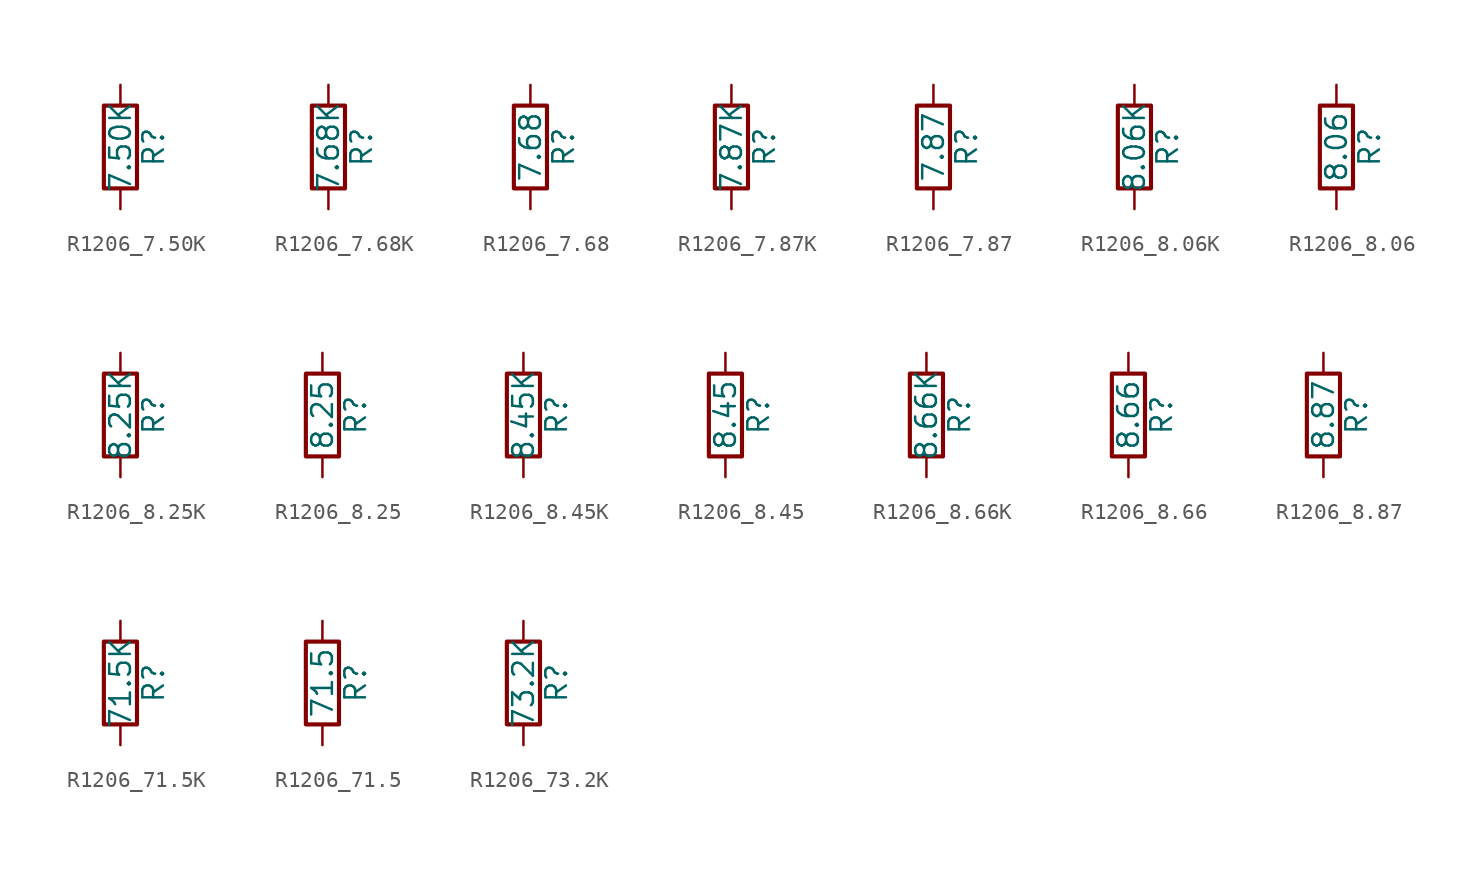
<source format=kicad_sym>
(kicad_symbol_lib
  (version 20211014)
  (generator atlantix-eda)
  (symbol "R1206_7.50K"
    (pin_numbers hide)
    (pin_names
      (offset 0))
    (property "Reference" "R"
      (at 2.032 0 90)
      (effects (font (size 1.27 1.27))))
    (property "Value" "7.50K"
      (at 0 0 90)
      (effects (font (size 1.27 1.27))))
    (symbol "R1206_7.50K_0_1"
      (rectangle (start -1.016 -2.54) (end 1.016 2.54) (stroke (width 0.254) (type default) (color 0 0 0 0)) (fill (type none))))
    (symbol "R1206_7.50K_1_1"
      (pin passive line (at 0 3.81 270) (length 1.27) (name "~" (effects (font (size 1.27 1.27)))) (number "1" (effects (font (size 1.27 1.27)))))
      (pin passive line (at 0 -3.81 90) (length 1.27) (name "~" (effects (font (size 1.27 1.27)))) (number "2" (effects (font (size 1.27 1.27)))))))
  (symbol "R1206_7.68K"
    (pin_numbers hide)
    (pin_names
      (offset 0))
    (property "Reference" "R"
      (at 2.032 0 90)
      (effects (font (size 1.27 1.27))))
    (property "Value" "7.68K"
      (at 0 0 90)
      (effects (font (size 1.27 1.27))))
    (symbol "R1206_7.68K_0_1"
      (rectangle (start -1.016 -2.54) (end 1.016 2.54) (stroke (width 0.254) (type default) (color 0 0 0 0)) (fill (type none))))
    (symbol "R1206_7.68K_1_1"
      (pin passive line (at 0 3.81 270) (length 1.27) (name "~" (effects (font (size 1.27 1.27)))) (number "1" (effects (font (size 1.27 1.27)))))
      (pin passive line (at 0 -3.81 90) (length 1.27) (name "~" (effects (font (size 1.27 1.27)))) (number "2" (effects (font (size 1.27 1.27)))))))
  (symbol "R1206_7.68"
    (pin_numbers hide)
    (pin_names
      (offset 0))
    (property "Reference" "R"
      (at 2.032 0 90)
      (effects (font (size 1.27 1.27))))
    (property "Value" "7.68"
      (at 0 0 90)
      (effects (font (size 1.27 1.27))))
    (symbol "R1206_7.68_0_1"
      (rectangle (start -1.016 -2.54) (end 1.016 2.54) (stroke (width 0.254) (type default) (color 0 0 0 0)) (fill (type none))))
    (symbol "R1206_7.68_1_1"
      (pin passive line (at 0 3.81 270) (length 1.27) (name "~" (effects (font (size 1.27 1.27)))) (number "1" (effects (font (size 1.27 1.27)))))
      (pin passive line (at 0 -3.81 90) (length 1.27) (name "~" (effects (font (size 1.27 1.27)))) (number "2" (effects (font (size 1.27 1.27)))))))
  (symbol "R1206_7.87K"
    (pin_numbers hide)
    (pin_names
      (offset 0))
    (property "Reference" "R"
      (at 2.032 0 90)
      (effects (font (size 1.27 1.27))))
    (property "Value" "7.87K"
      (at 0 0 90)
      (effects (font (size 1.27 1.27))))
    (symbol "R1206_7.87K_0_1"
      (rectangle (start -1.016 -2.54) (end 1.016 2.54) (stroke (width 0.254) (type default) (color 0 0 0 0)) (fill (type none))))
    (symbol "R1206_7.87K_1_1"
      (pin passive line (at 0 3.81 270) (length 1.27) (name "~" (effects (font (size 1.27 1.27)))) (number "1" (effects (font (size 1.27 1.27)))))
      (pin passive line (at 0 -3.81 90) (length 1.27) (name "~" (effects (font (size 1.27 1.27)))) (number "2" (effects (font (size 1.27 1.27)))))))
  (symbol "R1206_7.87"
    (pin_numbers hide)
    (pin_names
      (offset 0))
    (property "Reference" "R"
      (at 2.032 0 90)
      (effects (font (size 1.27 1.27))))
    (property "Value" "7.87"
      (at 0 0 90)
      (effects (font (size 1.27 1.27))))
    (symbol "R1206_7.87_0_1"
      (rectangle (start -1.016 -2.54) (end 1.016 2.54) (stroke (width 0.254) (type default) (color 0 0 0 0)) (fill (type none))))
    (symbol "R1206_7.87_1_1"
      (pin passive line (at 0 3.81 270) (length 1.27) (name "~" (effects (font (size 1.27 1.27)))) (number "1" (effects (font (size 1.27 1.27)))))
      (pin passive line (at 0 -3.81 90) (length 1.27) (name "~" (effects (font (size 1.27 1.27)))) (number "2" (effects (font (size 1.27 1.27)))))))
  (symbol "R1206_8.06K"
    (pin_numbers hide)
    (pin_names
      (offset 0))
    (property "Reference" "R"
      (at 2.032 0 90)
      (effects (font (size 1.27 1.27))))
    (property "Value" "8.06K"
      (at 0 0 90)
      (effects (font (size 1.27 1.27))))
    (symbol "R1206_8.06K_0_1"
      (rectangle (start -1.016 -2.54) (end 1.016 2.54) (stroke (width 0.254) (type default) (color 0 0 0 0)) (fill (type none))))
    (symbol "R1206_8.06K_1_1"
      (pin passive line (at 0 3.81 270) (length 1.27) (name "~" (effects (font (size 1.27 1.27)))) (number "1" (effects (font (size 1.27 1.27)))))
      (pin passive line (at 0 -3.81 90) (length 1.27) (name "~" (effects (font (size 1.27 1.27)))) (number "2" (effects (font (size 1.27 1.27)))))))
  (symbol "R1206_8.06"
    (pin_numbers hide)
    (pin_names
      (offset 0))
    (property "Reference" "R"
      (at 2.032 0 90)
      (effects (font (size 1.27 1.27))))
    (property "Value" "8.06"
      (at 0 0 90)
      (effects (font (size 1.27 1.27))))
    (symbol "R1206_8.06_0_1"
      (rectangle (start -1.016 -2.54) (end 1.016 2.54) (stroke (width 0.254) (type default) (color 0 0 0 0)) (fill (type none))))
    (symbol "R1206_8.06_1_1"
      (pin passive line (at 0 3.81 270) (length 1.27) (name "~" (effects (font (size 1.27 1.27)))) (number "1" (effects (font (size 1.27 1.27)))))
      (pin passive line (at 0 -3.81 90) (length 1.27) (name "~" (effects (font (size 1.27 1.27)))) (number "2" (effects (font (size 1.27 1.27)))))))
  (symbol "R1206_8.25K"
    (pin_numbers hide)
    (pin_names
      (offset 0))
    (property "Reference" "R"
      (at 2.032 0 90)
      (effects (font (size 1.27 1.27))))
    (property "Value" "8.25K"
      (at 0 0 90)
      (effects (font (size 1.27 1.27))))
    (symbol "R1206_8.25K_0_1"
      (rectangle (start -1.016 -2.54) (end 1.016 2.54) (stroke (width 0.254) (type default) (color 0 0 0 0)) (fill (type none))))
    (symbol "R1206_8.25K_1_1"
      (pin passive line (at 0 3.81 270) (length 1.27) (name "~" (effects (font (size 1.27 1.27)))) (number "1" (effects (font (size 1.27 1.27)))))
      (pin passive line (at 0 -3.81 90) (length 1.27) (name "~" (effects (font (size 1.27 1.27)))) (number "2" (effects (font (size 1.27 1.27)))))))
  (symbol "R1206_8.25"
    (pin_numbers hide)
    (pin_names
      (offset 0))
    (property "Reference" "R"
      (at 2.032 0 90)
      (effects (font (size 1.27 1.27))))
    (property "Value" "8.25"
      (at 0 0 90)
      (effects (font (size 1.27 1.27))))
    (symbol "R1206_8.25_0_1"
      (rectangle (start -1.016 -2.54) (end 1.016 2.54) (stroke (width 0.254) (type default) (color 0 0 0 0)) (fill (type none))))
    (symbol "R1206_8.25_1_1"
      (pin passive line (at 0 3.81 270) (length 1.27) (name "~" (effects (font (size 1.27 1.27)))) (number "1" (effects (font (size 1.27 1.27)))))
      (pin passive line (at 0 -3.81 90) (length 1.27) (name "~" (effects (font (size 1.27 1.27)))) (number "2" (effects (font (size 1.27 1.27)))))))
  (symbol "R1206_8.45K"
    (pin_numbers hide)
    (pin_names
      (offset 0))
    (property "Reference" "R"
      (at 2.032 0 90)
      (effects (font (size 1.27 1.27))))
    (property "Value" "8.45K"
      (at 0 0 90)
      (effects (font (size 1.27 1.27))))
    (symbol "R1206_8.45K_0_1"
      (rectangle (start -1.016 -2.54) (end 1.016 2.54) (stroke (width 0.254) (type default) (color 0 0 0 0)) (fill (type none))))
    (symbol "R1206_8.45K_1_1"
      (pin passive line (at 0 3.81 270) (length 1.27) (name "~" (effects (font (size 1.27 1.27)))) (number "1" (effects (font (size 1.27 1.27)))))
      (pin passive line (at 0 -3.81 90) (length 1.27) (name "~" (effects (font (size 1.27 1.27)))) (number "2" (effects (font (size 1.27 1.27)))))))
  (symbol "R1206_8.45"
    (pin_numbers hide)
    (pin_names
      (offset 0))
    (property "Reference" "R"
      (at 2.032 0 90)
      (effects (font (size 1.27 1.27))))
    (property "Value" "8.45"
      (at 0 0 90)
      (effects (font (size 1.27 1.27))))
    (symbol "R1206_8.45_0_1"
      (rectangle (start -1.016 -2.54) (end 1.016 2.54) (stroke (width 0.254) (type default) (color 0 0 0 0)) (fill (type none))))
    (symbol "R1206_8.45_1_1"
      (pin passive line (at 0 3.81 270) (length 1.27) (name "~" (effects (font (size 1.27 1.27)))) (number "1" (effects (font (size 1.27 1.27)))))
      (pin passive line (at 0 -3.81 90) (length 1.27) (name "~" (effects (font (size 1.27 1.27)))) (number "2" (effects (font (size 1.27 1.27)))))))
  (symbol "R1206_8.66K"
    (pin_numbers hide)
    (pin_names
      (offset 0))
    (property "Reference" "R"
      (at 2.032 0 90)
      (effects (font (size 1.27 1.27))))
    (property "Value" "8.66K"
      (at 0 0 90)
      (effects (font (size 1.27 1.27))))
    (symbol "R1206_8.66K_0_1"
      (rectangle (start -1.016 -2.54) (end 1.016 2.54) (stroke (width 0.254) (type default) (color 0 0 0 0)) (fill (type none))))
    (symbol "R1206_8.66K_1_1"
      (pin passive line (at 0 3.81 270) (length 1.27) (name "~" (effects (font (size 1.27 1.27)))) (number "1" (effects (font (size 1.27 1.27)))))
      (pin passive line (at 0 -3.81 90) (length 1.27) (name "~" (effects (font (size 1.27 1.27)))) (number "2" (effects (font (size 1.27 1.27)))))))
  (symbol "R1206_8.66"
    (pin_numbers hide)
    (pin_names
      (offset 0))
    (property "Reference" "R"
      (at 2.032 0 90)
      (effects (font (size 1.27 1.27))))
    (property "Value" "8.66"
      (at 0 0 90)
      (effects (font (size 1.27 1.27))))
    (symbol "R1206_8.66_0_1"
      (rectangle (start -1.016 -2.54) (end 1.016 2.54) (stroke (width 0.254) (type default) (color 0 0 0 0)) (fill (type none))))
    (symbol "R1206_8.66_1_1"
      (pin passive line (at 0 3.81 270) (length 1.27) (name "~" (effects (font (size 1.27 1.27)))) (number "1" (effects (font (size 1.27 1.27)))))
      (pin passive line (at 0 -3.81 90) (length 1.27) (name "~" (effects (font (size 1.27 1.27)))) (number "2" (effects (font (size 1.27 1.27)))))))
  (symbol "R1206_8.87"
    (pin_numbers hide)
    (pin_names
      (offset 0))
    (property "Reference" "R"
      (at 2.032 0 90)
      (effects (font (size 1.27 1.27))))
    (property "Value" "8.87"
      (at 0 0 90)
      (effects (font (size 1.27 1.27))))
    (symbol "R1206_8.87_0_1"
      (rectangle (start -1.016 -2.54) (end 1.016 2.54) (stroke (width 0.254) (type default) (color 0 0 0 0)) (fill (type none))))
    (symbol "R1206_8.87_1_1"
      (pin passive line (at 0 3.81 270) (length 1.27) (name "~" (effects (font (size 1.27 1.27)))) (number "1" (effects (font (size 1.27 1.27)))))
      (pin passive line (at 0 -3.81 90) (length 1.27) (name "~" (effects (font (size 1.27 1.27)))) (number "2" (effects (font (size 1.27 1.27)))))))
  (symbol "R1206_71.5K"
    (pin_numbers hide)
    (pin_names
      (offset 0))
    (property "Reference" "R"
      (at 2.032 0 90)
      (effects (font (size 1.27 1.27))))
    (property "Value" "71.5K"
      (at 0 0 90)
      (effects (font (size 1.27 1.27))))
    (symbol "R1206_71.5K_0_1"
      (rectangle (start -1.016 -2.54) (end 1.016 2.54) (stroke (width 0.254) (type default) (color 0 0 0 0)) (fill (type none))))
    (symbol "R1206_71.5K_1_1"
      (pin passive line (at 0 3.81 270) (length 1.27) (name "~" (effects (font (size 1.27 1.27)))) (number "1" (effects (font (size 1.27 1.27)))))
      (pin passive line (at 0 -3.81 90) (length 1.27) (name "~" (effects (font (size 1.27 1.27)))) (number "2" (effects (font (size 1.27 1.27)))))))
  (symbol "R1206_71.5"
    (pin_numbers hide)
    (pin_names
      (offset 0))
    (property "Reference" "R"
      (at 2.032 0 90)
      (effects (font (size 1.27 1.27))))
    (property "Value" "71.5"
      (at 0 0 90)
      (effects (font (size 1.27 1.27))))
    (symbol "R1206_71.5_0_1"
      (rectangle (start -1.016 -2.54) (end 1.016 2.54) (stroke (width 0.254) (type default) (color 0 0 0 0)) (fill (type none))))
    (symbol "R1206_71.5_1_1"
      (pin passive line (at 0 3.81 270) (length 1.27) (name "~" (effects (font (size 1.27 1.27)))) (number "1" (effects (font (size 1.27 1.27)))))
      (pin passive line (at 0 -3.81 90) (length 1.27) (name "~" (effects (font (size 1.27 1.27)))) (number "2" (effects (font (size 1.27 1.27)))))))
  (symbol "R1206_73.2K"
    (pin_numbers hide)
    (pin_names
      (offset 0))
    (property "Reference" "R"
      (at 2.032 0 90)
      (effects (font (size 1.27 1.27))))
    (property "Value" "73.2K"
      (at 0 0 90)
      (effects (font (size 1.27 1.27))))
    (symbol "R1206_73.2K_0_1"
      (rectangle (start -1.016 -2.54) (end 1.016 2.54) (stroke (width 0.254) (type default) (color 0 0 0 0)) (fill (type none))))
    (symbol "R1206_73.2K_1_1"
      (pin passive line (at 0 3.81 270) (length 1.27) (name "~" (effects (font (size 1.27 1.27)))) (number "1" (effects (font (size 1.27 1.27)))))
      (pin passive line (at 0 -3.81 90) (length 1.27) (name "~" (effects (font (size 1.27 1.27)))) (number "2" (effects (font (size 1.27 1.27))))))))
</source>
